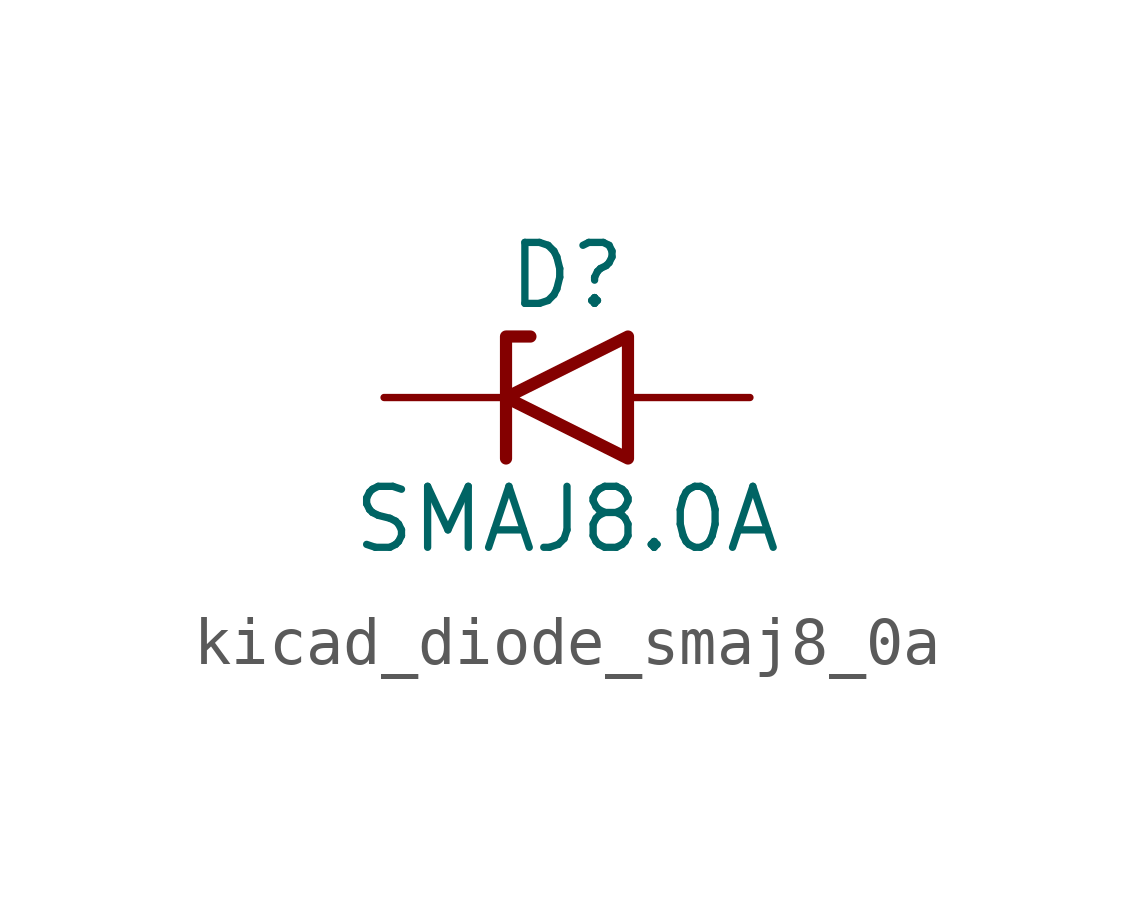
<source format=kicad_sym>
(kicad_symbol_lib
  (version 20220914)
  (generator kicad_symbol_editor)
  (symbol "kicad_diode_smaj8_0a"
    (pin_numbers hide)
    (pin_names
      (offset 1.016) hide)
    (property "Reference" "D"
      (at 0 2.54 0)
      (effects (font (size 1.27 1.27))))
    (property "Value" "SMAJ8.0A"
      (at 0 -2.54 0)
      (effects (font (size 1.27 1.27))))
    (symbol "kicad_diode_smaj8_0a_0_1"
      (polyline (pts (xy -0.762 1.27) (xy -1.27 1.27) (xy -1.27 -1.27)) (stroke (width 0.254) (type default)) (fill (type none)))
      (polyline (pts (xy 1.27 1.27) (xy 1.27 -1.27) (xy -1.27 0) (xy 1.27 1.27)) (stroke (width 0.254) (type default)) (fill (type none))))
    (symbol "kicad_diode_smaj8_0a_1_1"
      (pin passive line (at -3.81 0 0) (length 2.54) (name "A1" (effects (font (size 1.27 1.27)))) (number "1" (effects (font (size 1.27 1.27)))))
      (pin passive line (at 3.81 0 180) (length 2.54) (name "A2" (effects (font (size 1.27 1.27)))) (number "2" (effects (font (size 1.27 1.27))))))))
</source>
